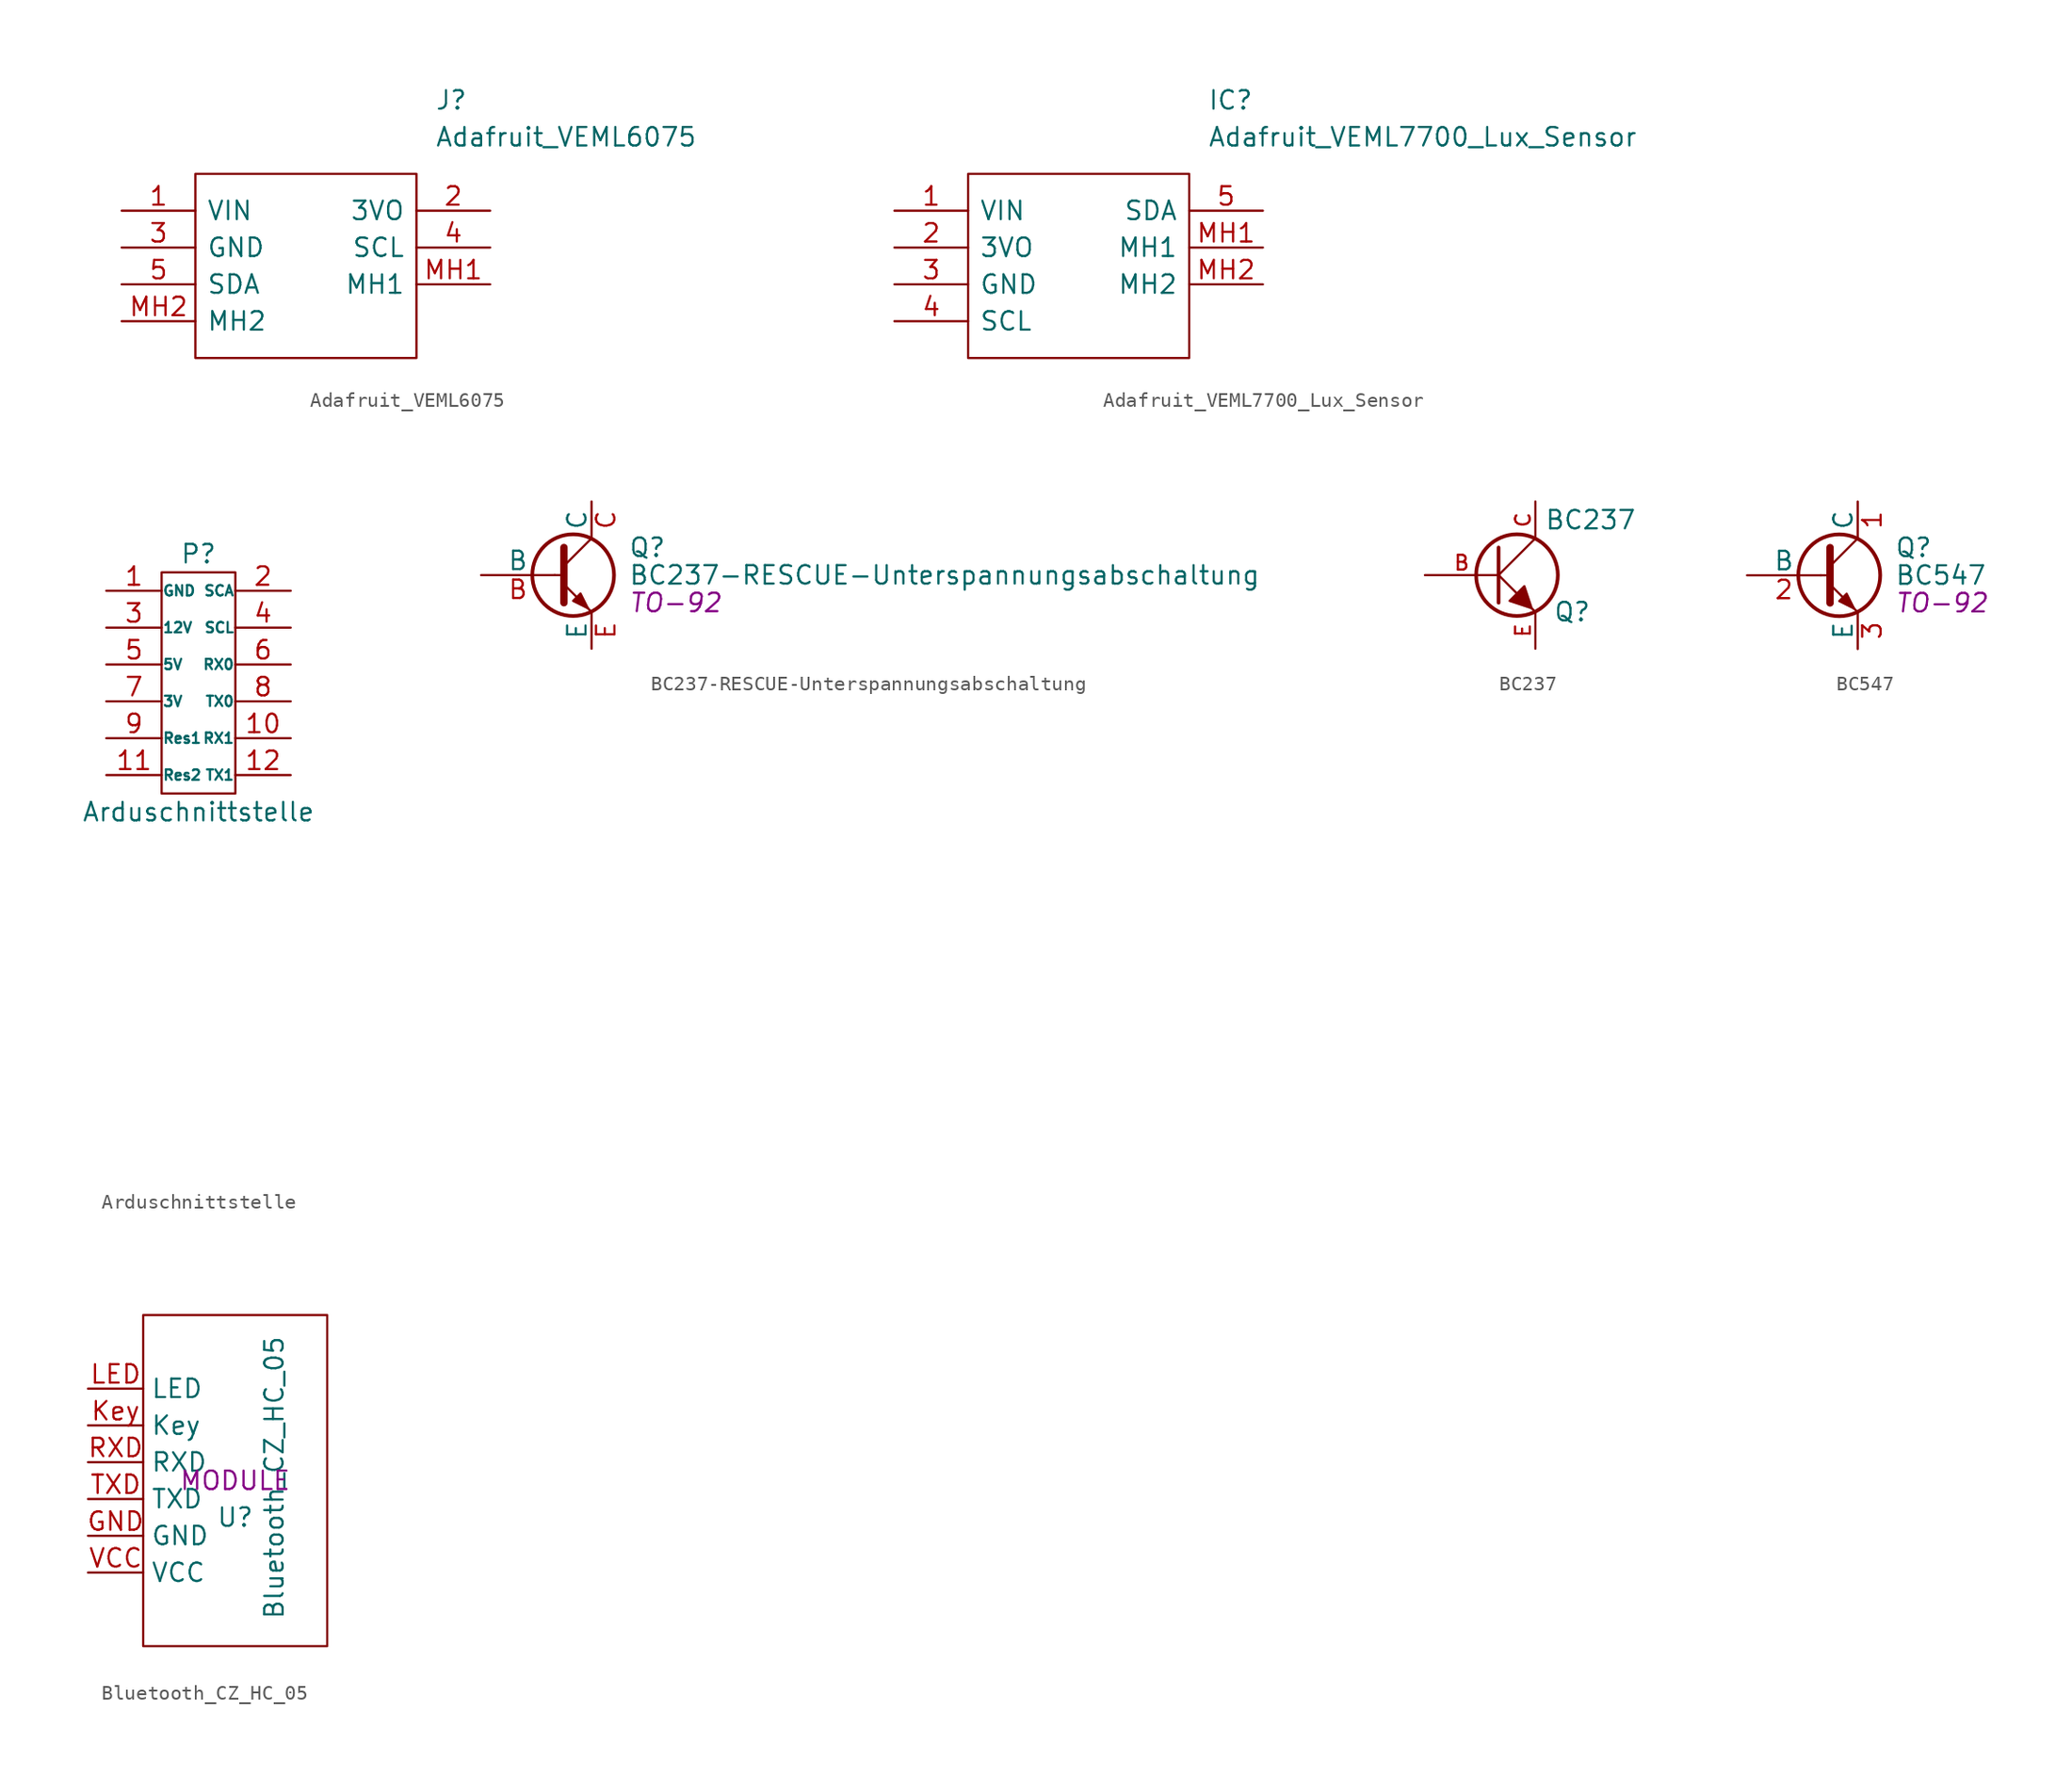
<source format=kicad_sym>
(kicad_symbol_lib
  (version 20201005)
  (generator kicad_symbol_editor)
  (symbol "Zimprich_neu:Adafruit_VEML6075"
    (pin_names
      (offset 0.762))
    (property "Reference" "J"
      (at 21.59 7.62 0)
      (effects (font (size 1.27 1.27)) (justify left)))
    (property "Value" "Adafruit_VEML6075"
      (at 21.59 5.08 0)
      (effects (font (size 1.27 1.27)) (justify left)))
    (symbol "Adafruit_VEML6075_0_1"
      (polyline (pts (xy 5.08 2.54) (xy 20.32 2.54) (xy 20.32 -10.16) (xy 5.08 -10.16) (xy 5.08 2.54)) (stroke (width 0.152)) (fill (type none))))
    (symbol "Adafruit_VEML6075_0_0"
      (pin bidirectional line (at 0 0 0) (length 5.08) (name "VIN" (effects (font (size 1.27 1.27)))) (number "1" (effects (font (size 1.27 1.27)))))
      (pin bidirectional line (at 25.4 0 180) (length 5.08) (name "3VO" (effects (font (size 1.27 1.27)))) (number "2" (effects (font (size 1.27 1.27)))))
      (pin bidirectional line (at 0 -2.54 0) (length 5.08) (name "GND" (effects (font (size 1.27 1.27)))) (number "3" (effects (font (size 1.27 1.27)))))
      (pin bidirectional line (at 25.4 -2.54 180) (length 5.08) (name "SCL" (effects (font (size 1.27 1.27)))) (number "4" (effects (font (size 1.27 1.27)))))
      (pin bidirectional line (at 0 -5.08 0) (length 5.08) (name "SDA" (effects (font (size 1.27 1.27)))) (number "5" (effects (font (size 1.27 1.27)))))
      (pin bidirectional line (at 25.4 -5.08 180) (length 5.08) (name "MH1" (effects (font (size 1.27 1.27)))) (number "MH1" (effects (font (size 1.27 1.27)))))
      (pin bidirectional line (at 0 -7.62 0) (length 5.08) (name "MH2" (effects (font (size 1.27 1.27)))) (number "MH2" (effects (font (size 1.27 1.27)))))))
  (symbol "Zimprich_neu:Adafruit_VEML7700_Lux_Sensor"
    (pin_names
      (offset 0.762))
    (property "Reference" "IC"
      (at 21.59 7.62 0)
      (effects (font (size 1.27 1.27)) (justify left)))
    (property "Value" "Adafruit_VEML7700_Lux_Sensor"
      (at 21.59 5.08 0)
      (effects (font (size 1.27 1.27)) (justify left)))
    (symbol "Adafruit_VEML7700_Lux_Sensor_0_1"
      (polyline (pts (xy 5.08 2.54) (xy 20.32 2.54) (xy 20.32 -10.16) (xy 5.08 -10.16) (xy 5.08 2.54)) (stroke (width 0.152)) (fill (type none))))
    (symbol "Adafruit_VEML7700_Lux_Sensor_0_0"
      (pin bidirectional line (at 0 0 0) (length 5.08) (name "VIN" (effects (font (size 1.27 1.27)))) (number "1" (effects (font (size 1.27 1.27)))))
      (pin bidirectional line (at 0 -2.54 0) (length 5.08) (name "3VO" (effects (font (size 1.27 1.27)))) (number "2" (effects (font (size 1.27 1.27)))))
      (pin bidirectional line (at 0 -5.08 0) (length 5.08) (name "GND" (effects (font (size 1.27 1.27)))) (number "3" (effects (font (size 1.27 1.27)))))
      (pin bidirectional line (at 0 -7.62 0) (length 5.08) (name "SCL" (effects (font (size 1.27 1.27)))) (number "4" (effects (font (size 1.27 1.27)))))
      (pin bidirectional line (at 25.4 0 180) (length 5.08) (name "SDA" (effects (font (size 1.27 1.27)))) (number "5" (effects (font (size 1.27 1.27)))))
      (pin bidirectional line (at 25.4 -2.54 180) (length 5.08) (name "MH1" (effects (font (size 1.27 1.27)))) (number "MH1" (effects (font (size 1.27 1.27)))))
      (pin bidirectional line (at 25.4 -5.08 180) (length 5.08) (name "MH2" (effects (font (size 1.27 1.27)))) (number "MH2" (effects (font (size 1.27 1.27)))))))
  (symbol "Zimprich_neu:Arduschnittstelle"
    (pin_names
      (offset 0.025))
    (property "Reference" "P"
      (at 0 8.89 0)
      (effects (font (size 1.27 1.27))))
    (property "Value" "Arduschnittstelle"
      (at 0 -8.89 0)
      (effects (font (size 1.27 1.27))))
    (property "Footprint" ""
      (at 0 -30.48 0)
      (effects (font (size 1.27 1.27))))
    (property "Datasheet" ""
      (at 0 -30.48 0)
      (effects (font (size 1.27 1.27))))
    (symbol "Arduschnittstelle_0_1"
      (rectangle (start -2.54 7.62) (end 2.54 -7.62) (stroke (width 0)) (fill (type none))))
    (symbol "Arduschnittstelle_1_1"
      (pin passive line (at -6.35 6.35 0) (length 3.81) (name "GND" (effects (font (size 0.711 0.711)))) (number "1" (effects (font (size 1.27 1.27)))))
      (pin passive line (at 6.35 -3.81 180) (length 3.81) (name "RX1" (effects (font (size 0.711 0.711)))) (number "10" (effects (font (size 1.27 1.27)))))
      (pin passive line (at -6.35 -6.35 0) (length 3.81) (name "Res2" (effects (font (size 0.711 0.711)))) (number "11" (effects (font (size 1.27 1.27)))))
      (pin passive line (at 6.35 -6.35 180) (length 3.81) (name "TX1" (effects (font (size 0.711 0.711)))) (number "12" (effects (font (size 1.27 1.27)))))
      (pin passive line (at 6.35 6.35 180) (length 3.81) (name "SCA" (effects (font (size 0.711 0.711)))) (number "2" (effects (font (size 1.27 1.27)))))
      (pin passive line (at -6.35 3.81 0) (length 3.81) (name "12V" (effects (font (size 0.711 0.711)))) (number "3" (effects (font (size 1.27 1.27)))))
      (pin passive line (at 6.35 3.81 180) (length 3.81) (name "SCL" (effects (font (size 0.711 0.711)))) (number "4" (effects (font (size 1.27 1.27)))))
      (pin passive line (at -6.35 1.27 0) (length 3.81) (name "5V" (effects (font (size 0.711 0.711)))) (number "5" (effects (font (size 1.27 1.27)))))
      (pin passive line (at 6.35 1.27 180) (length 3.81) (name "RX0" (effects (font (size 0.711 0.711)))) (number "6" (effects (font (size 1.27 1.27)))))
      (pin passive line (at -6.35 -1.27 0) (length 3.81) (name "3V" (effects (font (size 0.711 0.711)))) (number "7" (effects (font (size 1.27 1.27)))))
      (pin passive line (at 6.35 -1.27 180) (length 3.81) (name "TX0" (effects (font (size 0.711 0.711)))) (number "8" (effects (font (size 1.27 1.27)))))
      (pin passive line (at -6.35 -3.81 0) (length 3.81) (name "Res1" (effects (font (size 0.711 0.711)))) (number "9" (effects (font (size 1.27 1.27)))))))
  (symbol "Zimprich_neu:BC237-RESCUE-Unterspannungsabschaltung"
    (pin_names
      (offset 0))
    (property "Reference" "Q"
      (at 5.08 1.905 0)
      (effects (font (size 1.27 1.27)) (justify left)))
    (property "Value" "BC237-RESCUE-Unterspannungsabschaltung"
      (at 5.08 0 0)
      (effects (font (size 1.27 1.27)) (justify left)))
    (property "Footprint" "TO-92"
      (at 5.08 -1.905 0)
      (effects (font (size 1.27 1.27) italic) (justify left)))
    (property "Datasheet" ""
      (at 0 0 0)
      (effects (font (size 1.27 1.27)) (justify left)))
    (symbol "BC237-RESCUE-Unterspannungsabschaltung_0_1"
      (circle (center 1.27 0) (radius 2.819) (stroke (width 0.254)) (fill (type none)))
      (polyline (pts (xy 0 0) (xy 0.635 0)) (stroke (width 0)) (fill (type none)))
      (polyline (pts (xy 0.635 0.635) (xy 2.54 2.54)) (stroke (width 0)) (fill (type none)))
      (polyline (pts (xy 0.635 -0.635) (xy 2.54 -2.54) (xy 2.54 -2.54)) (stroke (width 0)) (fill (type none)))
      (polyline (pts (xy 0.635 1.905) (xy 0.635 -1.905) (xy 0.635 -1.905)) (stroke (width 0.508)) (fill (type none)))
      (polyline (pts (xy 1.27 -1.778) (xy 1.778 -1.27) (xy 2.286 -2.286) (xy 1.27 -1.778) (xy 1.27 -1.778)) (stroke (width 0)) (fill (type outline))))
    (symbol "BC237-RESCUE-Unterspannungsabschaltung_1_1"
      (pin input line (at -5.08 0 0) (length 5.08) (name "B" (effects (font (size 1.27 1.27)))) (number "B" (effects (font (size 1.27 1.27)))))
      (pin passive line (at 2.54 5.08 270) (length 2.54) (name "C" (effects (font (size 1.27 1.27)))) (number "C" (effects (font (size 1.27 1.27)))))
      (pin passive line (at 2.54 -5.08 90) (length 2.54) (name "E" (effects (font (size 1.27 1.27)))) (number "E" (effects (font (size 1.27 1.27)))))))
  (symbol "Zimprich_neu:BC237"
    (pin_names hide)
    (property "Reference" "Q"
      (at 5.08 -2.54 0)
      (effects (font (size 1.27 1.27))))
    (property "Value" "BC237"
      (at 6.35 3.81 0)
      (effects (font (size 1.27 1.27))))
    (property "Datasheet" ""
      (at 0 0 0)
      (effects (font (size 1.524 1.524))))
    (symbol "BC237_0_1"
      (circle (center 1.27 0) (radius 2.819) (stroke (width 0.254)) (fill (type none)))
      (polyline (pts (xy 0 0) (xy 2.54 2.54)) (stroke (width 0)) (fill (type none)))
      (polyline (pts (xy 0 1.905) (xy 0 -1.905) (xy 0 -1.905)) (stroke (width 0.254)) (fill (type none)))
      (polyline (pts (xy 1.27 -1.27) (xy 0 0) (xy 0 0)) (stroke (width 0)) (fill (type none)))
      (polyline (pts (xy 2.286 -2.286) (xy 2.54 -2.54) (xy 2.54 -2.54)) (stroke (width 0)) (fill (type none)))
      (polyline (pts (xy 2.286 -2.286) (xy 1.778 -0.762) (xy 0.762 -1.778) (xy 2.286 -2.286) (xy 2.286 -2.286)) (stroke (width 0)) (fill (type outline))))
    (symbol "BC237_1_1"
      (pin input line (at -5.08 0 0) (length 5.08) (name "B" (effects (font (size 1.016 1.016)))) (number "B" (effects (font (size 1.016 1.016)))))
      (pin passive line (at 2.54 5.08 270) (length 2.54) (name "C" (effects (font (size 1.016 1.016)))) (number "C" (effects (font (size 1.016 1.016)))))
      (pin passive line (at 2.54 -5.08 90) (length 2.54) (name "E" (effects (font (size 1.016 1.016)))) (number "E" (effects (font (size 1.016 1.016)))))))
  (symbol "Zimprich_neu:BC547"
    (pin_names
      (offset 0))
    (property "Reference" "Q"
      (at 5.08 1.905 0)
      (effects (font (size 1.27 1.27)) (justify left)))
    (property "Value" "BC547"
      (at 5.08 0 0)
      (effects (font (size 1.27 1.27)) (justify left)))
    (property "Footprint" "TO-92"
      (at 5.08 -1.905 0)
      (effects (font (size 1.27 1.27) italic) (justify left)))
    (property "Datasheet" ""
      (at 0 0 0)
      (effects (font (size 1.27 1.27)) (justify left)))
    (symbol "BC547_0_1"
      (circle (center 1.27 0) (radius 2.819) (stroke (width 0.254)) (fill (type none)))
      (polyline (pts (xy 0 0) (xy 0.635 0)) (stroke (width 0)) (fill (type none)))
      (polyline (pts (xy 0.635 0.635) (xy 2.54 2.54)) (stroke (width 0)) (fill (type none)))
      (polyline (pts (xy 0.635 -0.635) (xy 2.54 -2.54) (xy 2.54 -2.54)) (stroke (width 0)) (fill (type none)))
      (polyline (pts (xy 0.635 1.905) (xy 0.635 -1.905) (xy 0.635 -1.905)) (stroke (width 0.508)) (fill (type none)))
      (polyline (pts (xy 1.27 -1.778) (xy 1.778 -1.27) (xy 2.286 -2.286) (xy 1.27 -1.778) (xy 1.27 -1.778)) (stroke (width 0)) (fill (type outline))))
    (symbol "BC547_1_1"
      (pin passive line (at 2.54 5.08 270) (length 2.54) (name "C" (effects (font (size 1.27 1.27)))) (number "1" (effects (font (size 1.27 1.27)))))
      (pin input line (at -5.08 0 0) (length 5.08) (name "B" (effects (font (size 1.27 1.27)))) (number "2" (effects (font (size 1.27 1.27)))))
      (pin passive line (at 2.54 -5.08 90) (length 2.54) (name "E" (effects (font (size 1.27 1.27)))) (number "3" (effects (font (size 1.27 1.27)))))))
  (symbol "Zimprich_neu:Bluetooth_CZ_HC_05"
    (property "Reference" "U"
      (at 0 -2.54 0)
      (effects (font (size 1.27 1.27))))
    (property "Value" "Bluetooth_CZ_HC_05"
      (at 2.692 0.203 90)
      (effects (font (size 1.27 1.27))))
    (property "Footprint" "MODULE"
      (at 0 0 0)
      (effects (font (size 1.27 1.27))))
    (symbol "Bluetooth_CZ_HC_05_1_0"
      (rectangle (start -6.35 -11.43) (end 6.35 11.43) (stroke (width 0)) (fill (type none))))
    (symbol "Bluetooth_CZ_HC_05_1_1"
      (pin power_out line (at -10.16 -3.81 0) (length 3.81) (name "GND" (effects (font (size 1.27 1.27)))) (number "GND" (effects (font (size 1.27 1.27)))))
      (pin input line (at -10.16 3.81 0) (length 3.81) (name "Key" (effects (font (size 1.27 1.27)))) (number "Key" (effects (font (size 1.27 1.27)))))
      (pin output line (at -10.16 6.35 0) (length 3.81) (name "LED" (effects (font (size 1.27 1.27)))) (number "LED" (effects (font (size 1.27 1.27)))))
      (pin input line (at -10.16 1.27 0) (length 3.81) (name "RXD" (effects (font (size 1.27 1.27)))) (number "RXD" (effects (font (size 1.27 1.27)))))
      (pin output line (at -10.16 -1.27 0) (length 3.81) (name "TXD" (effects (font (size 1.27 1.27)))) (number "TXD" (effects (font (size 1.27 1.27)))))
      (pin power_in line (at -10.16 -6.35 0) (length 3.81) (name "VCC" (effects (font (size 1.27 1.27)))) (number "VCC" (effects (font (size 1.27 1.27))))))))
</source>
